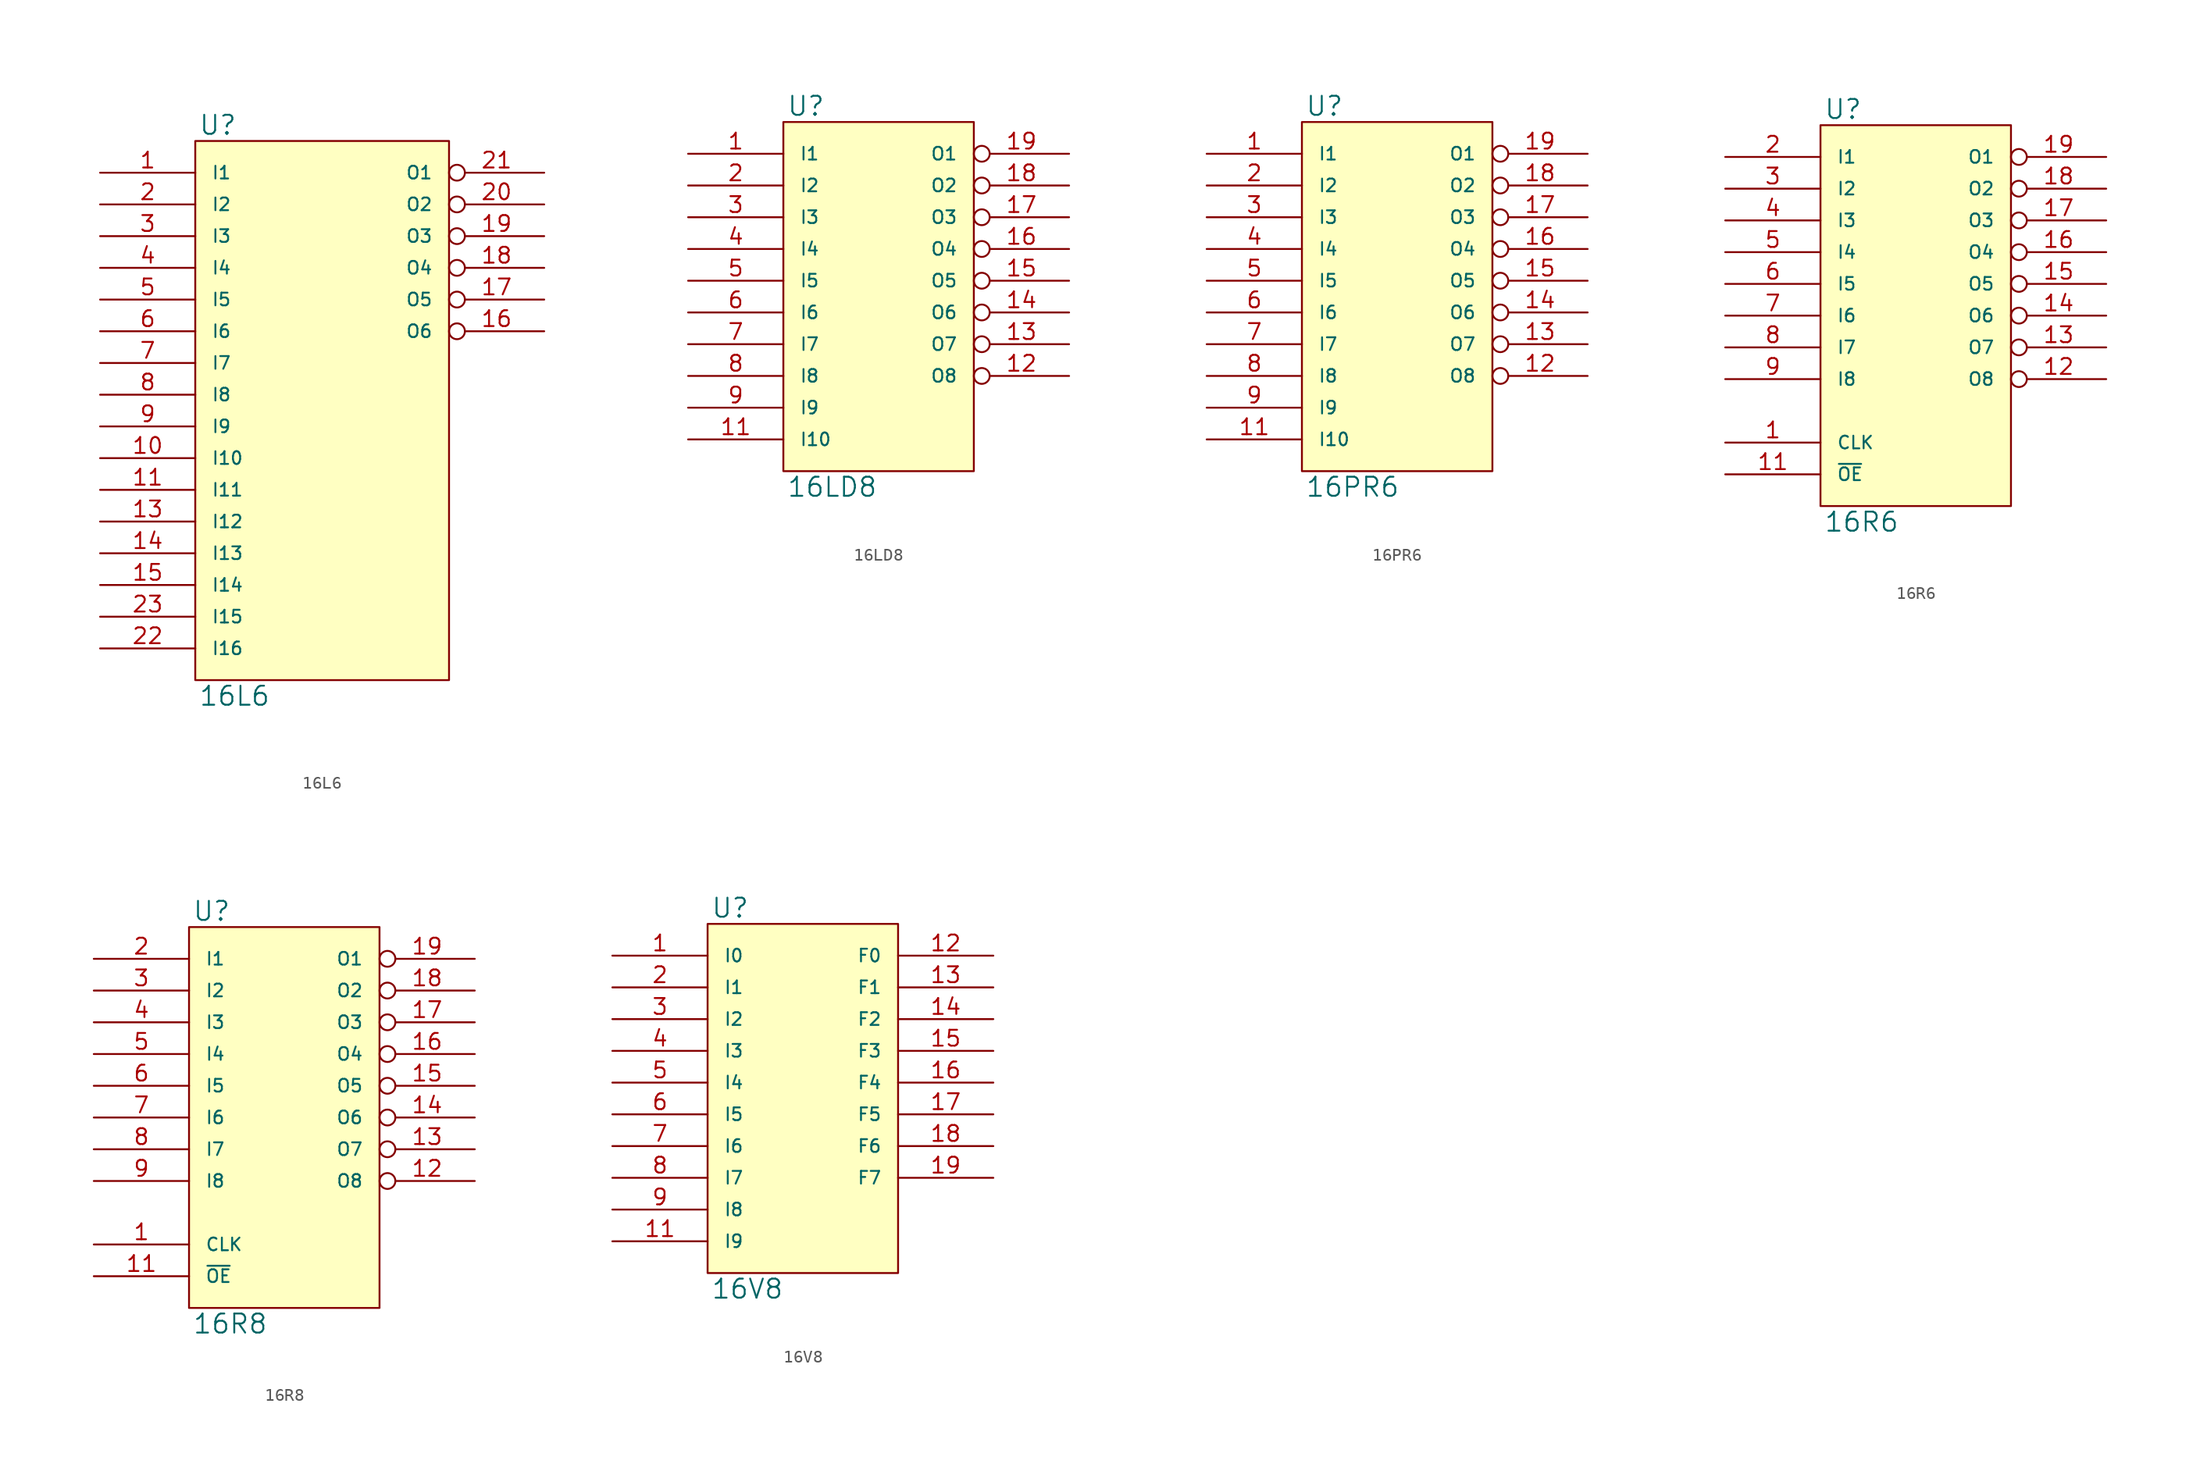
<source format=kicad_sym>
(kicad_symbol_lib
  (version 20231120)
  (generator "kicad_symbol_editor")
  (generator_version "8.0")
  (symbol "16L6"
    (pin_names
      (offset 1.27))
    (property "Reference" "U"
      (at 0.254 0.381 0)
      (effects (font (size 1.524 1.524)) (justify left bottom)))
    (property "Value" "16L6"
      (at 0.254 -43.561 0)
      (effects (font (size 1.524 1.524)) (justify left top)))
    (symbol "16L6_0_1"
      (rectangle (start 0 0) (end 20.32 -43.18) (stroke (width 0) (type solid)) (fill (type background))))
    (symbol "16L6_1_1"
      (pin input line (at -7.62 -2.54 0) (length 7.62) (name "I1" (effects (font (size 1.016 1.016)))) (number "1" (effects (font (size 1.27 1.27)))))
      (pin input line (at -7.62 -25.4 0) (length 7.62) (name "I10" (effects (font (size 1.016 1.016)))) (number "10" (effects (font (size 1.27 1.27)))))
      (pin input line (at -7.62 -27.94 0) (length 7.62) (name "I11" (effects (font (size 1.016 1.016)))) (number "11" (effects (font (size 1.27 1.27)))))
      (pin power_in line (at 0 -43.18 90) (length 0) hide (name "GND" (effects (font (size 1.016 1.016)))) (number "12" (effects (font (size 1.27 1.27)))))
      (pin input line (at -7.62 -30.48 0) (length 7.62) (name "I12" (effects (font (size 1.016 1.016)))) (number "13" (effects (font (size 1.27 1.27)))))
      (pin input line (at -7.62 -33.02 0) (length 7.62) (name "I13" (effects (font (size 1.016 1.016)))) (number "14" (effects (font (size 1.27 1.27)))))
      (pin input line (at -7.62 -35.56 0) (length 7.62) (name "I14" (effects (font (size 1.016 1.016)))) (number "15" (effects (font (size 1.27 1.27)))))
      (pin output inverted (at 27.94 -15.24 180) (length 7.62) (name "O6" (effects (font (size 1.016 1.016)))) (number "16" (effects (font (size 1.27 1.27)))))
      (pin output inverted (at 27.94 -12.7 180) (length 7.62) (name "O5" (effects (font (size 1.016 1.016)))) (number "17" (effects (font (size 1.27 1.27)))))
      (pin output inverted (at 27.94 -10.16 180) (length 7.62) (name "O4" (effects (font (size 1.016 1.016)))) (number "18" (effects (font (size 1.27 1.27)))))
      (pin output inverted (at 27.94 -7.62 180) (length 7.62) (name "O3" (effects (font (size 1.016 1.016)))) (number "19" (effects (font (size 1.27 1.27)))))
      (pin input line (at -7.62 -5.08 0) (length 7.62) (name "I2" (effects (font (size 1.016 1.016)))) (number "2" (effects (font (size 1.27 1.27)))))
      (pin output inverted (at 27.94 -5.08 180) (length 7.62) (name "O2" (effects (font (size 1.016 1.016)))) (number "20" (effects (font (size 1.27 1.27)))))
      (pin output inverted (at 27.94 -2.54 180) (length 7.62) (name "O1" (effects (font (size 1.016 1.016)))) (number "21" (effects (font (size 1.27 1.27)))))
      (pin input line (at -7.62 -40.64 0) (length 7.62) (name "I16" (effects (font (size 1.016 1.016)))) (number "22" (effects (font (size 1.27 1.27)))))
      (pin input line (at -7.62 -38.1 0) (length 7.62) (name "I15" (effects (font (size 1.016 1.016)))) (number "23" (effects (font (size 1.27 1.27)))))
      (pin power_in line (at 0 0 270) (length 0) hide (name "VCC" (effects (font (size 1.016 1.016)))) (number "24" (effects (font (size 1.27 1.27)))))
      (pin input line (at -7.62 -7.62 0) (length 7.62) (name "I3" (effects (font (size 1.016 1.016)))) (number "3" (effects (font (size 1.27 1.27)))))
      (pin input line (at -7.62 -10.16 0) (length 7.62) (name "I4" (effects (font (size 1.016 1.016)))) (number "4" (effects (font (size 1.27 1.27)))))
      (pin input line (at -7.62 -12.7 0) (length 7.62) (name "I5" (effects (font (size 1.016 1.016)))) (number "5" (effects (font (size 1.27 1.27)))))
      (pin input line (at -7.62 -15.24 0) (length 7.62) (name "I6" (effects (font (size 1.016 1.016)))) (number "6" (effects (font (size 1.27 1.27)))))
      (pin input line (at -7.62 -17.78 0) (length 7.62) (name "I7" (effects (font (size 1.016 1.016)))) (number "7" (effects (font (size 1.27 1.27)))))
      (pin input line (at -7.62 -20.32 0) (length 7.62) (name "I8" (effects (font (size 1.016 1.016)))) (number "8" (effects (font (size 1.27 1.27)))))
      (pin input line (at -7.62 -22.86 0) (length 7.62) (name "I9" (effects (font (size 1.016 1.016)))) (number "9" (effects (font (size 1.27 1.27)))))))
  (symbol "16LD8"
    (pin_names
      (offset 1.27))
    (property "Reference" "U"
      (at 0.254 0.381 0)
      (effects (font (size 1.524 1.524)) (justify left bottom)))
    (property "Value" "16LD8"
      (at 0.254 -28.321 0)
      (effects (font (size 1.524 1.524)) (justify left top)))
    (symbol "16LD8_0_1"
      (rectangle (start 0 0) (end 15.24 -27.94) (stroke (width 0) (type solid)) (fill (type background))))
    (symbol "16LD8_1_1"
      (pin input line (at -7.62 -2.54 0) (length 7.62) (name "I1" (effects (font (size 1.016 1.016)))) (number "1" (effects (font (size 1.27 1.27)))))
      (pin power_in line (at 0 -27.94 90) (length 0) hide (name "GND" (effects (font (size 1.016 1.016)))) (number "10" (effects (font (size 1.27 1.27)))))
      (pin input line (at -7.62 -25.4 0) (length 7.62) (name "I10" (effects (font (size 1.016 1.016)))) (number "11" (effects (font (size 1.27 1.27)))))
      (pin output inverted (at 22.86 -20.32 180) (length 7.62) (name "O8" (effects (font (size 1.016 1.016)))) (number "12" (effects (font (size 1.27 1.27)))))
      (pin output inverted (at 22.86 -17.78 180) (length 7.62) (name "O7" (effects (font (size 1.016 1.016)))) (number "13" (effects (font (size 1.27 1.27)))))
      (pin output inverted (at 22.86 -15.24 180) (length 7.62) (name "O6" (effects (font (size 1.016 1.016)))) (number "14" (effects (font (size 1.27 1.27)))))
      (pin output inverted (at 22.86 -12.7 180) (length 7.62) (name "O5" (effects (font (size 1.016 1.016)))) (number "15" (effects (font (size 1.27 1.27)))))
      (pin output inverted (at 22.86 -10.16 180) (length 7.62) (name "O4" (effects (font (size 1.016 1.016)))) (number "16" (effects (font (size 1.27 1.27)))))
      (pin output inverted (at 22.86 -7.62 180) (length 7.62) (name "O3" (effects (font (size 1.016 1.016)))) (number "17" (effects (font (size 1.27 1.27)))))
      (pin output inverted (at 22.86 -5.08 180) (length 7.62) (name "O2" (effects (font (size 1.016 1.016)))) (number "18" (effects (font (size 1.27 1.27)))))
      (pin output inverted (at 22.86 -2.54 180) (length 7.62) (name "O1" (effects (font (size 1.016 1.016)))) (number "19" (effects (font (size 1.27 1.27)))))
      (pin input line (at -7.62 -5.08 0) (length 7.62) (name "I2" (effects (font (size 1.016 1.016)))) (number "2" (effects (font (size 1.27 1.27)))))
      (pin power_in line (at 0 0 270) (length 0) hide (name "VCC" (effects (font (size 1.016 1.016)))) (number "20" (effects (font (size 1.27 1.27)))))
      (pin input line (at -7.62 -7.62 0) (length 7.62) (name "I3" (effects (font (size 1.016 1.016)))) (number "3" (effects (font (size 1.27 1.27)))))
      (pin input line (at -7.62 -10.16 0) (length 7.62) (name "I4" (effects (font (size 1.016 1.016)))) (number "4" (effects (font (size 1.27 1.27)))))
      (pin input line (at -7.62 -12.7 0) (length 7.62) (name "I5" (effects (font (size 1.016 1.016)))) (number "5" (effects (font (size 1.27 1.27)))))
      (pin input line (at -7.62 -15.24 0) (length 7.62) (name "I6" (effects (font (size 1.016 1.016)))) (number "6" (effects (font (size 1.27 1.27)))))
      (pin input line (at -7.62 -17.78 0) (length 7.62) (name "I7" (effects (font (size 1.016 1.016)))) (number "7" (effects (font (size 1.27 1.27)))))
      (pin input line (at -7.62 -20.32 0) (length 7.62) (name "I8" (effects (font (size 1.016 1.016)))) (number "8" (effects (font (size 1.27 1.27)))))
      (pin input line (at -7.62 -22.86 0) (length 7.62) (name "I9" (effects (font (size 1.016 1.016)))) (number "9" (effects (font (size 1.27 1.27)))))))
  (symbol "16PR6"
    (pin_names
      (offset 1.27))
    (property "Reference" "U"
      (at 0.254 0.381 0)
      (effects (font (size 1.524 1.524)) (justify left bottom)))
    (property "Value" "16PR6"
      (at 0.254 -28.321 0)
      (effects (font (size 1.524 1.524)) (justify left top)))
    (symbol "16PR6_0_1"
      (rectangle (start 0 0) (end 15.24 -27.94) (stroke (width 0) (type solid)) (fill (type background))))
    (symbol "16PR6_1_1"
      (pin input line (at -7.62 -2.54 0) (length 7.62) (name "I1" (effects (font (size 1.016 1.016)))) (number "1" (effects (font (size 1.27 1.27)))))
      (pin power_in line (at 0 -27.94 90) (length 0) hide (name "GND" (effects (font (size 1.016 1.016)))) (number "10" (effects (font (size 1.27 1.27)))))
      (pin input line (at -7.62 -25.4 0) (length 7.62) (name "I10" (effects (font (size 1.016 1.016)))) (number "11" (effects (font (size 1.27 1.27)))))
      (pin tri_state inverted (at 22.86 -20.32 180) (length 7.62) (name "O8" (effects (font (size 1.016 1.016)))) (number "12" (effects (font (size 1.27 1.27)))))
      (pin bidirectional inverted (at 22.86 -17.78 180) (length 7.62) (name "O7" (effects (font (size 1.016 1.016)))) (number "13" (effects (font (size 1.27 1.27)))))
      (pin bidirectional inverted (at 22.86 -15.24 180) (length 7.62) (name "O6" (effects (font (size 1.016 1.016)))) (number "14" (effects (font (size 1.27 1.27)))))
      (pin bidirectional inverted (at 22.86 -12.7 180) (length 7.62) (name "O5" (effects (font (size 1.016 1.016)))) (number "15" (effects (font (size 1.27 1.27)))))
      (pin bidirectional inverted (at 22.86 -10.16 180) (length 7.62) (name "O4" (effects (font (size 1.016 1.016)))) (number "16" (effects (font (size 1.27 1.27)))))
      (pin bidirectional inverted (at 22.86 -7.62 180) (length 7.62) (name "O3" (effects (font (size 1.016 1.016)))) (number "17" (effects (font (size 1.27 1.27)))))
      (pin bidirectional inverted (at 22.86 -5.08 180) (length 7.62) (name "O2" (effects (font (size 1.016 1.016)))) (number "18" (effects (font (size 1.27 1.27)))))
      (pin tri_state inverted (at 22.86 -2.54 180) (length 7.62) (name "O1" (effects (font (size 1.016 1.016)))) (number "19" (effects (font (size 1.27 1.27)))))
      (pin input line (at -7.62 -5.08 0) (length 7.62) (name "I2" (effects (font (size 1.016 1.016)))) (number "2" (effects (font (size 1.27 1.27)))))
      (pin power_in line (at 0 0 270) (length 0) hide (name "VCC" (effects (font (size 1.016 1.016)))) (number "20" (effects (font (size 1.27 1.27)))))
      (pin input line (at -7.62 -7.62 0) (length 7.62) (name "I3" (effects (font (size 1.016 1.016)))) (number "3" (effects (font (size 1.27 1.27)))))
      (pin input line (at -7.62 -10.16 0) (length 7.62) (name "I4" (effects (font (size 1.016 1.016)))) (number "4" (effects (font (size 1.27 1.27)))))
      (pin input line (at -7.62 -12.7 0) (length 7.62) (name "I5" (effects (font (size 1.016 1.016)))) (number "5" (effects (font (size 1.27 1.27)))))
      (pin input line (at -7.62 -15.24 0) (length 7.62) (name "I6" (effects (font (size 1.016 1.016)))) (number "6" (effects (font (size 1.27 1.27)))))
      (pin input line (at -7.62 -17.78 0) (length 7.62) (name "I7" (effects (font (size 1.016 1.016)))) (number "7" (effects (font (size 1.27 1.27)))))
      (pin input line (at -7.62 -20.32 0) (length 7.62) (name "I8" (effects (font (size 1.016 1.016)))) (number "8" (effects (font (size 1.27 1.27)))))
      (pin input line (at -7.62 -22.86 0) (length 7.62) (name "I9" (effects (font (size 1.016 1.016)))) (number "9" (effects (font (size 1.27 1.27)))))))
  (symbol "16R6"
    (pin_names
      (offset 1.27))
    (property "Reference" "U"
      (at 0.254 0.381 0)
      (effects (font (size 1.524 1.524)) (justify left bottom)))
    (property "Value" "16R6"
      (at 0.254 -30.861 0)
      (effects (font (size 1.524 1.524)) (justify left top)))
    (symbol "16R6_0_1"
      (rectangle (start 0 0) (end 15.24 -30.48) (stroke (width 0) (type solid)) (fill (type background))))
    (symbol "16R6_1_1"
      (pin input line (at -7.62 -25.4 0) (length 7.62) (name "CLK" (effects (font (size 1.016 1.016)))) (number "1" (effects (font (size 1.27 1.27)))))
      (pin power_in line (at 0 -30.48 90) (length 0) hide (name "GND" (effects (font (size 1.016 1.016)))) (number "10" (effects (font (size 1.27 1.27)))))
      (pin input line (at -7.62 -27.94 0) (length 7.62) (name "~{OE}" (effects (font (size 1.016 1.016)))) (number "11" (effects (font (size 1.27 1.27)))))
      (pin bidirectional inverted (at 22.86 -20.32 180) (length 7.62) (name "O8" (effects (font (size 1.016 1.016)))) (number "12" (effects (font (size 1.27 1.27)))))
      (pin tri_state inverted (at 22.86 -17.78 180) (length 7.62) (name "O7" (effects (font (size 1.016 1.016)))) (number "13" (effects (font (size 1.27 1.27)))))
      (pin tri_state inverted (at 22.86 -15.24 180) (length 7.62) (name "O6" (effects (font (size 1.016 1.016)))) (number "14" (effects (font (size 1.27 1.27)))))
      (pin tri_state inverted (at 22.86 -12.7 180) (length 7.62) (name "O5" (effects (font (size 1.016 1.016)))) (number "15" (effects (font (size 1.27 1.27)))))
      (pin tri_state inverted (at 22.86 -10.16 180) (length 7.62) (name "O4" (effects (font (size 1.016 1.016)))) (number "16" (effects (font (size 1.27 1.27)))))
      (pin tri_state inverted (at 22.86 -7.62 180) (length 7.62) (name "O3" (effects (font (size 1.016 1.016)))) (number "17" (effects (font (size 1.27 1.27)))))
      (pin tri_state inverted (at 22.86 -5.08 180) (length 7.62) (name "O2" (effects (font (size 1.016 1.016)))) (number "18" (effects (font (size 1.27 1.27)))))
      (pin bidirectional inverted (at 22.86 -2.54 180) (length 7.62) (name "O1" (effects (font (size 1.016 1.016)))) (number "19" (effects (font (size 1.27 1.27)))))
      (pin input line (at -7.62 -2.54 0) (length 7.62) (name "I1" (effects (font (size 1.016 1.016)))) (number "2" (effects (font (size 1.27 1.27)))))
      (pin power_in line (at 0 0 270) (length 0) hide (name "VCC" (effects (font (size 1.016 1.016)))) (number "20" (effects (font (size 1.27 1.27)))))
      (pin input line (at -7.62 -5.08 0) (length 7.62) (name "I2" (effects (font (size 1.016 1.016)))) (number "3" (effects (font (size 1.27 1.27)))))
      (pin input line (at -7.62 -7.62 0) (length 7.62) (name "I3" (effects (font (size 1.016 1.016)))) (number "4" (effects (font (size 1.27 1.27)))))
      (pin input line (at -7.62 -10.16 0) (length 7.62) (name "I4" (effects (font (size 1.016 1.016)))) (number "5" (effects (font (size 1.27 1.27)))))
      (pin input line (at -7.62 -12.7 0) (length 7.62) (name "I5" (effects (font (size 1.016 1.016)))) (number "6" (effects (font (size 1.27 1.27)))))
      (pin input line (at -7.62 -15.24 0) (length 7.62) (name "I6" (effects (font (size 1.016 1.016)))) (number "7" (effects (font (size 1.27 1.27)))))
      (pin input line (at -7.62 -17.78 0) (length 7.62) (name "I7" (effects (font (size 1.016 1.016)))) (number "8" (effects (font (size 1.27 1.27)))))
      (pin input line (at -7.62 -20.32 0) (length 7.62) (name "I8" (effects (font (size 1.016 1.016)))) (number "9" (effects (font (size 1.27 1.27)))))))
  (symbol "16R8"
    (pin_names
      (offset 1.27))
    (property "Reference" "U"
      (at 0.254 0.381 0)
      (effects (font (size 1.524 1.524)) (justify left bottom)))
    (property "Value" "16R8"
      (at 0.254 -30.861 0)
      (effects (font (size 1.524 1.524)) (justify left top)))
    (symbol "16R8_0_1"
      (rectangle (start 0 0) (end 15.24 -30.48) (stroke (width 0) (type solid)) (fill (type background))))
    (symbol "16R8_1_1"
      (pin input line (at -7.62 -25.4 0) (length 7.62) (name "CLK" (effects (font (size 1.016 1.016)))) (number "1" (effects (font (size 1.27 1.27)))))
      (pin power_in line (at 0 -30.48 90) (length 0) hide (name "GND" (effects (font (size 1.016 1.016)))) (number "10" (effects (font (size 1.27 1.27)))))
      (pin input line (at -7.62 -27.94 0) (length 7.62) (name "~{OE}" (effects (font (size 1.016 1.016)))) (number "11" (effects (font (size 1.27 1.27)))))
      (pin tri_state inverted (at 22.86 -20.32 180) (length 7.62) (name "O8" (effects (font (size 1.016 1.016)))) (number "12" (effects (font (size 1.27 1.27)))))
      (pin tri_state inverted (at 22.86 -17.78 180) (length 7.62) (name "O7" (effects (font (size 1.016 1.016)))) (number "13" (effects (font (size 1.27 1.27)))))
      (pin tri_state inverted (at 22.86 -15.24 180) (length 7.62) (name "O6" (effects (font (size 1.016 1.016)))) (number "14" (effects (font (size 1.27 1.27)))))
      (pin tri_state inverted (at 22.86 -12.7 180) (length 7.62) (name "O5" (effects (font (size 1.016 1.016)))) (number "15" (effects (font (size 1.27 1.27)))))
      (pin tri_state inverted (at 22.86 -10.16 180) (length 7.62) (name "O4" (effects (font (size 1.016 1.016)))) (number "16" (effects (font (size 1.27 1.27)))))
      (pin tri_state inverted (at 22.86 -7.62 180) (length 7.62) (name "O3" (effects (font (size 1.016 1.016)))) (number "17" (effects (font (size 1.27 1.27)))))
      (pin tri_state inverted (at 22.86 -5.08 180) (length 7.62) (name "O2" (effects (font (size 1.016 1.016)))) (number "18" (effects (font (size 1.27 1.27)))))
      (pin tri_state inverted (at 22.86 -2.54 180) (length 7.62) (name "O1" (effects (font (size 1.016 1.016)))) (number "19" (effects (font (size 1.27 1.27)))))
      (pin input line (at -7.62 -2.54 0) (length 7.62) (name "I1" (effects (font (size 1.016 1.016)))) (number "2" (effects (font (size 1.27 1.27)))))
      (pin power_in line (at 0 0 270) (length 0) hide (name "VCC" (effects (font (size 1.016 1.016)))) (number "20" (effects (font (size 1.27 1.27)))))
      (pin input line (at -7.62 -5.08 0) (length 7.62) (name "I2" (effects (font (size 1.016 1.016)))) (number "3" (effects (font (size 1.27 1.27)))))
      (pin input line (at -7.62 -7.62 0) (length 7.62) (name "I3" (effects (font (size 1.016 1.016)))) (number "4" (effects (font (size 1.27 1.27)))))
      (pin input line (at -7.62 -10.16 0) (length 7.62) (name "I4" (effects (font (size 1.016 1.016)))) (number "5" (effects (font (size 1.27 1.27)))))
      (pin input line (at -7.62 -12.7 0) (length 7.62) (name "I5" (effects (font (size 1.016 1.016)))) (number "6" (effects (font (size 1.27 1.27)))))
      (pin input line (at -7.62 -15.24 0) (length 7.62) (name "I6" (effects (font (size 1.016 1.016)))) (number "7" (effects (font (size 1.27 1.27)))))
      (pin input line (at -7.62 -17.78 0) (length 7.62) (name "I7" (effects (font (size 1.016 1.016)))) (number "8" (effects (font (size 1.27 1.27)))))
      (pin input line (at -7.62 -20.32 0) (length 7.62) (name "I8" (effects (font (size 1.016 1.016)))) (number "9" (effects (font (size 1.27 1.27)))))))
  (symbol "16V8"
    (pin_names
      (offset 1.27))
    (property "Reference" "U"
      (at 0.254 0.381 0)
      (effects (font (size 1.524 1.524)) (justify left bottom)))
    (property "Value" "16V8"
      (at 0.254 -28.321 0)
      (effects (font (size 1.524 1.524)) (justify left top)))
    (symbol "16V8_0_1"
      (rectangle (start 0 0) (end 15.24 -27.94) (stroke (width 0) (type solid)) (fill (type background))))
    (symbol "16V8_1_1"
      (pin input line (at -7.62 -2.54 0) (length 7.62) (name "I0" (effects (font (size 1.016 1.016)))) (number "1" (effects (font (size 1.27 1.27)))))
      (pin power_in line (at 0 -27.94 90) (length 0) hide (name "GND" (effects (font (size 1.016 1.016)))) (number "10" (effects (font (size 1.27 1.27)))))
      (pin input line (at -7.62 -25.4 0) (length 7.62) (name "I9" (effects (font (size 1.016 1.016)))) (number "11" (effects (font (size 1.27 1.27)))))
      (pin bidirectional line (at 22.86 -2.54 180) (length 7.62) (name "F0" (effects (font (size 1.016 1.016)))) (number "12" (effects (font (size 1.27 1.27)))))
      (pin bidirectional line (at 22.86 -5.08 180) (length 7.62) (name "F1" (effects (font (size 1.016 1.016)))) (number "13" (effects (font (size 1.27 1.27)))))
      (pin bidirectional line (at 22.86 -7.62 180) (length 7.62) (name "F2" (effects (font (size 1.016 1.016)))) (number "14" (effects (font (size 1.27 1.27)))))
      (pin bidirectional line (at 22.86 -10.16 180) (length 7.62) (name "F3" (effects (font (size 1.016 1.016)))) (number "15" (effects (font (size 1.27 1.27)))))
      (pin bidirectional line (at 22.86 -12.7 180) (length 7.62) (name "F4" (effects (font (size 1.016 1.016)))) (number "16" (effects (font (size 1.27 1.27)))))
      (pin bidirectional line (at 22.86 -15.24 180) (length 7.62) (name "F5" (effects (font (size 1.016 1.016)))) (number "17" (effects (font (size 1.27 1.27)))))
      (pin bidirectional line (at 22.86 -17.78 180) (length 7.62) (name "F6" (effects (font (size 1.016 1.016)))) (number "18" (effects (font (size 1.27 1.27)))))
      (pin bidirectional line (at 22.86 -20.32 180) (length 7.62) (name "F7" (effects (font (size 1.016 1.016)))) (number "19" (effects (font (size 1.27 1.27)))))
      (pin input line (at -7.62 -5.08 0) (length 7.62) (name "I1" (effects (font (size 1.016 1.016)))) (number "2" (effects (font (size 1.27 1.27)))))
      (pin power_in line (at 0 0 270) (length 0) hide (name "VCC" (effects (font (size 1.016 1.016)))) (number "20" (effects (font (size 1.27 1.27)))))
      (pin input line (at -7.62 -7.62 0) (length 7.62) (name "I2" (effects (font (size 1.016 1.016)))) (number "3" (effects (font (size 1.27 1.27)))))
      (pin input line (at -7.62 -10.16 0) (length 7.62) (name "I3" (effects (font (size 1.016 1.016)))) (number "4" (effects (font (size 1.27 1.27)))))
      (pin input line (at -7.62 -12.7 0) (length 7.62) (name "I4" (effects (font (size 1.016 1.016)))) (number "5" (effects (font (size 1.27 1.27)))))
      (pin input line (at -7.62 -15.24 0) (length 7.62) (name "I5" (effects (font (size 1.016 1.016)))) (number "6" (effects (font (size 1.27 1.27)))))
      (pin input line (at -7.62 -17.78 0) (length 7.62) (name "I6" (effects (font (size 1.016 1.016)))) (number "7" (effects (font (size 1.27 1.27)))))
      (pin input line (at -7.62 -20.32 0) (length 7.62) (name "I7" (effects (font (size 1.016 1.016)))) (number "8" (effects (font (size 1.27 1.27)))))
      (pin input line (at -7.62 -22.86 0) (length 7.62) (name "I8" (effects (font (size 1.016 1.016)))) (number "9" (effects (font (size 1.27 1.27))))))))
</source>
